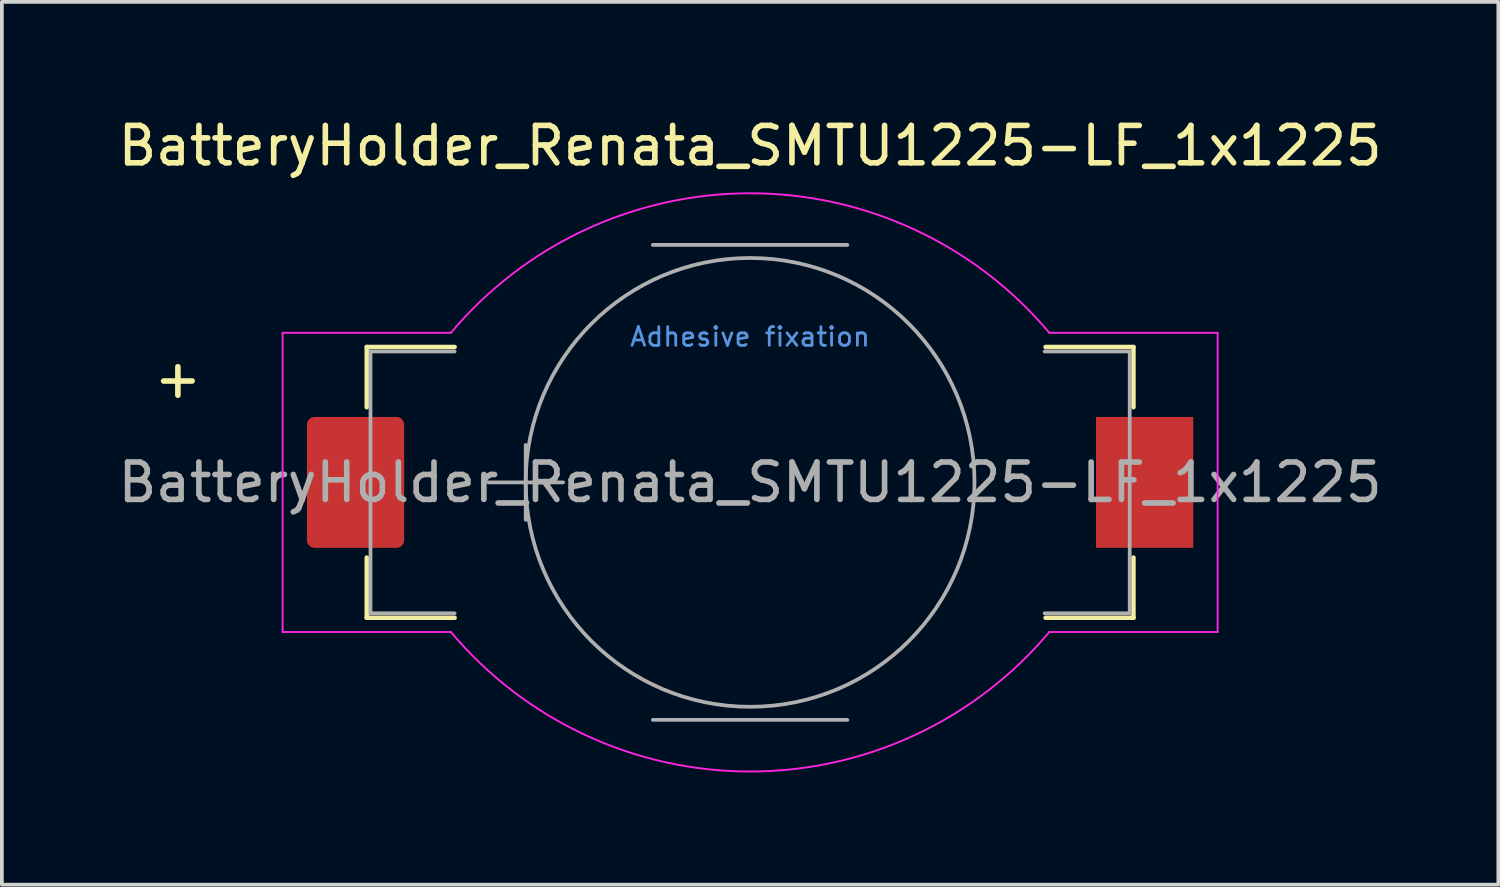
<source format=kicad_pcb>
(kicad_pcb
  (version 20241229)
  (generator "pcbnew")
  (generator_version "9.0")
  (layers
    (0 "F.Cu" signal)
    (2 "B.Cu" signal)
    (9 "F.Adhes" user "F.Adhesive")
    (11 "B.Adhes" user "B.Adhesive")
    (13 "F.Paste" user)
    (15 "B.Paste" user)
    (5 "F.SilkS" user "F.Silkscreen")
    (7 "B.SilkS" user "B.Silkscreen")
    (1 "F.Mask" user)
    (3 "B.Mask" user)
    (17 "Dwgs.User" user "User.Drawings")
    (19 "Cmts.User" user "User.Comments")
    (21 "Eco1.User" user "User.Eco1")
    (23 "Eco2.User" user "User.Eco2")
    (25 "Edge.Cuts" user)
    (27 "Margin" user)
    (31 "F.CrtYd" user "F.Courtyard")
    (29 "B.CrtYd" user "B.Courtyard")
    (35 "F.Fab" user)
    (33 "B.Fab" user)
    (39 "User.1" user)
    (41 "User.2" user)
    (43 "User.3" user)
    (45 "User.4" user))
  (footprint "BatteryHolder_Renata_SMTU1225-LF_1x1225"
    (layer "F.Cu")
    (at 17.006 9.848)
    (property "Reference" "BatteryHolder_Renata_SMTU1225-LF_1x1225" (at 0 -9 0) (layer "F.SilkS") (effects (font (size 1 1) (thickness 0.15))))
    (attr smd)
    (fp_line (start -10.25 -3.62) (end -7.9 -3.62) (stroke (width 0.12) (type solid)) (layer "F.SilkS"))
    (fp_line (start -10.25 -2.01) (end -10.25 -3.62) (stroke (width 0.12) (type solid)) (layer "F.SilkS"))
    (fp_line (start -10.25 3.62) (end -10.25 2.01) (stroke (width 0.12) (type solid)) (layer "F.SilkS"))
    (fp_line (start -7.9 3.62) (end -10.25 3.62) (stroke (width 0.12) (type solid)) (layer "F.SilkS"))
    (fp_line (start 7.9 -3.62) (end 10.25 -3.62) (stroke (width 0.12) (type solid)) (layer "F.SilkS"))
    (fp_line (start 10.25 -3.62) (end 10.25 -2.01) (stroke (width 0.12) (type solid)) (layer "F.SilkS"))
    (fp_line (start 10.25 2.01) (end 10.25 3.62) (stroke (width 0.12) (type solid)) (layer "F.SilkS"))
    (fp_line (start 10.25 3.62) (end 7.9 3.62) (stroke (width 0.12) (type solid)) (layer "F.SilkS"))
    (fp_rect (start -3.5 -3.5) (end 3.5 3.5) (stroke (width 0.1) (type default)) (fill no) (layer "B.Adhes"))
    (fp_line (start -12.5 -4) (end -8 -4) (stroke (width 0.05) (type solid)) (layer "F.CrtYd"))
    (fp_line (start -12.5 4) (end -12.5 -4) (stroke (width 0.05) (type solid)) (layer "F.CrtYd"))
    (fp_line (start -8 4) (end -12.5 4) (stroke (width 0.05) (type solid)) (layer "F.CrtYd"))
    (fp_line (start 8 -4) (end 12.5 -4) (stroke (width 0.05) (type solid)) (layer "F.CrtYd"))
    (fp_line (start 12.5 -4) (end 12.5 4) (stroke (width 0.05) (type solid)) (layer "F.CrtYd"))
    (fp_line (start 12.5 4) (end 8 4) (stroke (width 0.05) (type solid)) (layer "F.CrtYd"))
    (fp_arc (start -8 -4) (mid 0 -7.730461) (end 8 -4) (stroke (width 0.05) (type solid)) (layer "F.CrtYd"))
    (fp_arc (start 8 4) (mid 0 7.730461) (end -8 4) (stroke (width 0.05) (type solid)) (layer "F.CrtYd"))
    (fp_line (start -10.15 -3.5) (end -7.9 -3.5) (stroke (width 0.1) (type solid)) (layer "F.Fab"))
    (fp_line (start -10.15 3.5) (end -10.15 -3.5) (stroke (width 0.1) (type solid)) (layer "F.Fab"))
    (fp_line (start -7.9 3.5) (end -10.15 3.5) (stroke (width 0.1) (type solid)) (layer "F.Fab"))
    (fp_line (start -7 0) (end -5 0) (stroke (width 0.1) (type solid)) (layer "F.Fab"))
    (fp_line (start -6 -1) (end -6 1) (stroke (width 0.1) (type solid)) (layer "F.Fab"))
    (fp_line (start -2.6 -6.35) (end 2.6 -6.35) (stroke (width 0.1) (type solid)) (layer "F.Fab"))
    (fp_line (start 2.6 6.35) (end -2.6 6.35) (stroke (width 0.1) (type solid)) (layer "F.Fab"))
    (fp_line (start 7.875 -3.5) (end 10.125 -3.5) (stroke (width 0.1) (type solid)) (layer "F.Fab"))
    (fp_line (start 10.125 3.5) (end 7.875 3.5) (stroke (width 0.1) (type solid)) (layer "F.Fab"))
    (fp_line (start 10.15 -3.5) (end 10.15 3.5) (stroke (width 0.1) (type solid)) (layer "F.Fab"))
    (fp_circle (center 0 0) (end 6 0) (stroke (width 0.1) (type solid)) (fill no) (layer "F.Fab"))
    (fp_text user "+" (at -15.3 -2.785 0) (layer "F.SilkS") (effects (font (size 1 1) (thickness 0.15))))
    (fp_text user "Adhesive fixation" (at 0 -3.6 0) (unlocked yes) (layer "Cmts.User") (effects (font (size 0.5 0.5) (thickness 0.075)) (justify bottom)))
    (fp_text user "${REFERENCE}" (at 0 0 0) (layer "F.Fab") (effects (font (size 1 1) (thickness 0.15))))
    (pad "1" smd roundrect (at -10.55 0) (size 2.6 3.5) (layers "F.Cu" "F.Mask" "F.Paste") (roundrect_rratio 0.077))
    (pad "2" smd rect (at 10.55 0) (size 2.6 3.5) (layers "F.Cu" "F.Mask" "F.Paste")))
  (gr_rect
    (start -3 -3)
    (end 37.012 20.604)
    (stroke (width 0.1) (type default))
    (fill no)
    (layer "Edge.Cuts")))
</source>
